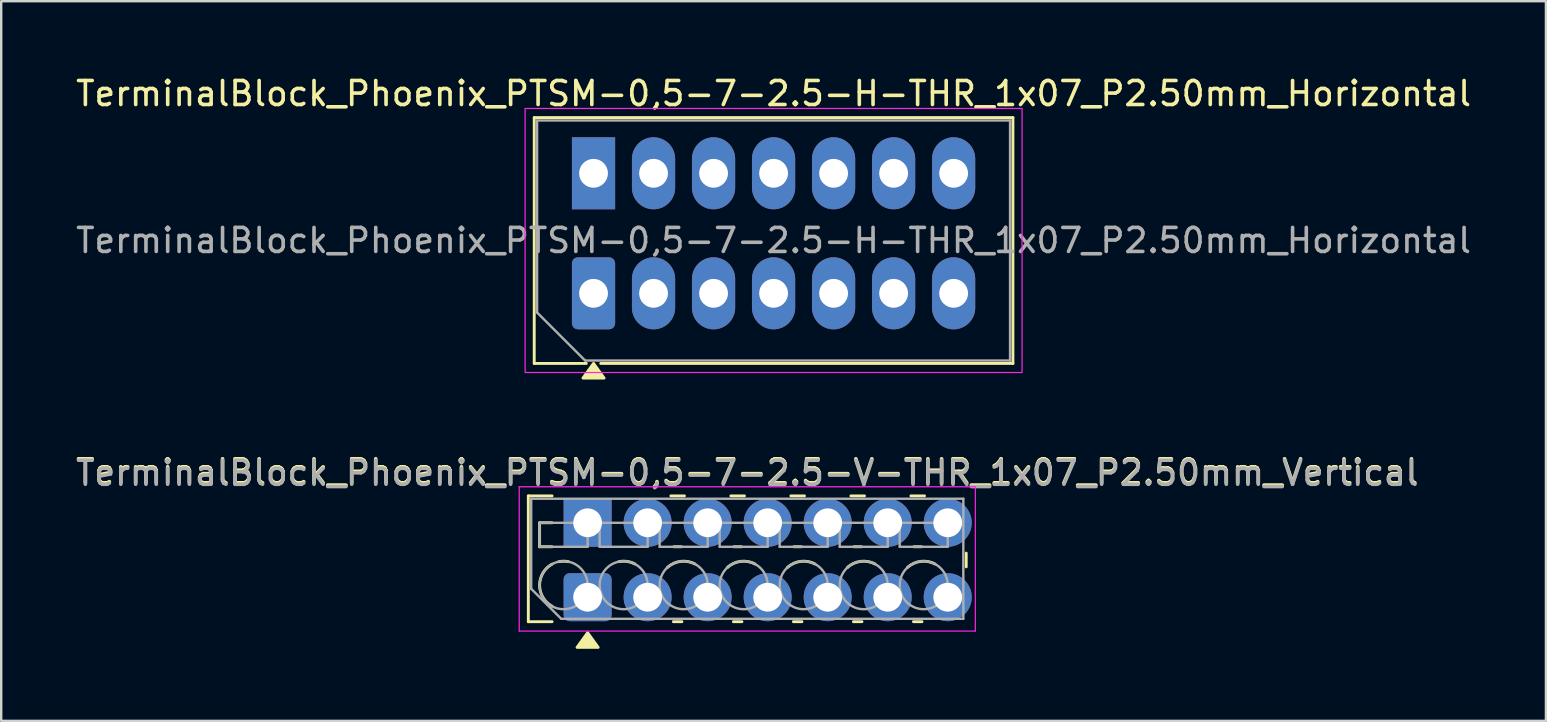
<source format=kicad_pcb>
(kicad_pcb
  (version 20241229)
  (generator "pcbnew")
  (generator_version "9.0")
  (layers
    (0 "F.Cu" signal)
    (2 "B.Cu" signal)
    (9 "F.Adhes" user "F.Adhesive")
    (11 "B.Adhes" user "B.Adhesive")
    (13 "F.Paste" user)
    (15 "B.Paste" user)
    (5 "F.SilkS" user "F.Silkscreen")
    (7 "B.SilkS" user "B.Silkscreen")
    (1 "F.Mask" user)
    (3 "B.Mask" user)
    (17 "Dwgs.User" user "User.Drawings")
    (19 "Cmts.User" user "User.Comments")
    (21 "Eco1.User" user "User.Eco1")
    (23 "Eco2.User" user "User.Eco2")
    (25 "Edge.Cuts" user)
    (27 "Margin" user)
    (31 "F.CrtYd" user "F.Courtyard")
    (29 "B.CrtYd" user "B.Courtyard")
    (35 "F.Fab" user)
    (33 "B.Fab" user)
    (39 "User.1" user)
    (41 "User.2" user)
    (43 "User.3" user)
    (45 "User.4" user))
  (footprint "TerminalBlock_Phoenix_PTSM-0,5-7-2.5-V-THR_1x07_P2.50mm_Vertical"
    (layer "F.Cu")
    (at 21.427 21.826)
    (property "Reference" "TerminalBlock_Phoenix_PTSM-0,5-7-2.5-V-THR_1x07_P2.50mm_Vertical" (at 6.65 -5.22 0) (layer "F.SilkS") (effects (font (size 1 1) (thickness 0.15))))
    (attr through_hole)
    (fp_line (start -2.47 -4.22) (end -2.47 1.02) (stroke (width 0.12) (type solid)) (layer "F.SilkS"))
    (fp_line (start -2.47 -4.22) (end -1.48 -4.22) (stroke (width 0.12) (type solid)) (layer "F.SilkS"))
    (fp_line (start -2.47 1.02) (end -1.48 1.02) (stroke (width 0.12) (type solid)) (layer "F.SilkS"))
    (fp_line (start -2 -3.1) (end -2 -2.1) (stroke (width 0.12) (type solid)) (layer "F.SilkS"))
    (fp_line (start -2 -3.1) (end -1.48 -3.1) (stroke (width 0.12) (type solid)) (layer "F.SilkS"))
    (fp_line (start -2 -2.1) (end -1.48 -2.1) (stroke (width 0.12) (type solid)) (layer "F.SilkS"))
    (fp_line (start 3.467 -4.22) (end 4.033 -4.22) (stroke (width 0.12) (type solid)) (layer "F.SilkS"))
    (fp_line (start 3.572 1.02) (end 3.928 1.02) (stroke (width 0.12) (type solid)) (layer "F.SilkS"))
    (fp_line (start 3.591 -2.1) (end 3.909 -2.1) (stroke (width 0.12) (type solid)) (layer "F.SilkS"))
    (fp_line (start 5.967 -4.22) (end 6.533 -4.22) (stroke (width 0.12) (type solid)) (layer "F.SilkS"))
    (fp_line (start 6.072 1.02) (end 6.428 1.02) (stroke (width 0.12) (type solid)) (layer "F.SilkS"))
    (fp_line (start 6.091 -2.1) (end 6.409 -2.1) (stroke (width 0.12) (type solid)) (layer "F.SilkS"))
    (fp_line (start 8.467 -4.22) (end 9.033 -4.22) (stroke (width 0.12) (type solid)) (layer "F.SilkS"))
    (fp_line (start 8.572 1.02) (end 8.928 1.02) (stroke (width 0.12) (type solid)) (layer "F.SilkS"))
    (fp_line (start 8.591 -2.1) (end 8.909 -2.1) (stroke (width 0.12) (type solid)) (layer "F.SilkS"))
    (fp_line (start 10.967 -4.22) (end 11.533 -4.22) (stroke (width 0.12) (type solid)) (layer "F.SilkS"))
    (fp_line (start 11.072 1.02) (end 11.428 1.02) (stroke (width 0.12) (type solid)) (layer "F.SilkS"))
    (fp_line (start 11.091 -2.1) (end 11.409 -2.1) (stroke (width 0.12) (type solid)) (layer "F.SilkS"))
    (fp_line (start 13.467 -4.22) (end 14.033 -4.22) (stroke (width 0.12) (type solid)) (layer "F.SilkS"))
    (fp_line (start 13.572 1.02) (end 13.928 1.02) (stroke (width 0.12) (type solid)) (layer "F.SilkS"))
    (fp_line (start 13.591 -2.1) (end 13.909 -2.1) (stroke (width 0.12) (type solid)) (layer "F.SilkS"))
    (fp_line (start 15.77 -1.836) (end 15.77 -1.264) (stroke (width 0.12) (type solid)) (layer "F.SilkS"))
    (fp_arc (start -1.48 0.377) (mid -1.999764 -0.500129) (end -1.479774 -1.377124) (stroke (width 0.12) (type solid)) (layer "F.SilkS"))
    (fp_arc (start -1.199 -1.48) (mid -1.000002 -1.5) (end -0.801005 -1.480001) (stroke (width 0.12) (type solid)) (layer "F.SilkS"))
    (fp_arc (start 1.301 -1.48) (mid 1.644475 -1.489509) (end 1.970893 -1.382191) (stroke (width 0.12) (type solid)) (layer "F.SilkS"))
    (fp_arc (start 3.319 -1.233) (mid 3.871173 -1.492196) (end 4.47123 -1.382605) (stroke (width 0.12) (type solid)) (layer "F.SilkS"))
    (fp_arc (start 5.819 -1.233) (mid 6.371173 -1.492196) (end 6.97123 -1.382605) (stroke (width 0.12) (type solid)) (layer "F.SilkS"))
    (fp_arc (start 8.319 -1.233) (mid 8.871173 -1.492196) (end 9.47123 -1.382605) (stroke (width 0.12) (type solid)) (layer "F.SilkS"))
    (fp_arc (start 10.819 -1.233) (mid 11.371173 -1.492196) (end 11.97123 -1.382605) (stroke (width 0.12) (type solid)) (layer "F.SilkS"))
    (fp_arc (start 13.319 -1.233) (mid 13.871173 -1.492196) (end 14.47123 -1.382605) (stroke (width 0.12) (type solid)) (layer "F.SilkS"))
    (fp_poly (pts (xy 0 1.48) (xy 0.44 2.09) (xy -0.44 2.09)) (stroke (width 0.12) (type solid)) (fill yes) (layer "F.SilkS"))
    (fp_line (start -2.85 -4.6) (end -2.85 1.41) (stroke (width 0.05) (type solid)) (layer "F.CrtYd"))
    (fp_line (start -2.85 1.41) (end 16.15 1.41) (stroke (width 0.05) (type solid)) (layer "F.CrtYd"))
    (fp_line (start 16.15 -4.6) (end -2.85 -4.6) (stroke (width 0.05) (type solid)) (layer "F.CrtYd"))
    (fp_line (start 16.15 1.41) (end 16.15 -4.6) (stroke (width 0.05) (type solid)) (layer "F.CrtYd"))
    (fp_line (start -2.35 -4.1) (end 15.65 -4.1) (stroke (width 0.1) (type solid)) (layer "F.Fab"))
    (fp_line (start -2.35 -0.35) (end -2.35 -4.1) (stroke (width 0.1) (type solid)) (layer "F.Fab"))
    (fp_line (start -2 -3.1) (end -2 -2.1) (stroke (width 0.1) (type solid)) (layer "F.Fab"))
    (fp_line (start -2 -2.1) (end 0 -2.1) (stroke (width 0.1) (type solid)) (layer "F.Fab"))
    (fp_line (start -1.1 0.9) (end -2.35 -0.35) (stroke (width 0.1) (type solid)) (layer "F.Fab"))
    (fp_line (start 0 -3.1) (end -2 -3.1) (stroke (width 0.1) (type solid)) (layer "F.Fab"))
    (fp_line (start 0 -2.1) (end 0 -3.1) (stroke (width 0.1) (type solid)) (layer "F.Fab"))
    (fp_line (start 0.5 -3.1) (end 0.5 -2.1) (stroke (width 0.1) (type solid)) (layer "F.Fab"))
    (fp_line (start 0.5 -2.1) (end 2.5 -2.1) (stroke (width 0.1) (type solid)) (layer "F.Fab"))
    (fp_line (start 2.5 -3.1) (end 0.5 -3.1) (stroke (width 0.1) (type solid)) (layer "F.Fab"))
    (fp_line (start 2.5 -2.1) (end 2.5 -3.1) (stroke (width 0.1) (type solid)) (layer "F.Fab"))
    (fp_line (start 3 -3.1) (end 3 -2.1) (stroke (width 0.1) (type solid)) (layer "F.Fab"))
    (fp_line (start 3 -2.1) (end 5 -2.1) (stroke (width 0.1) (type solid)) (layer "F.Fab"))
    (fp_line (start 5 -3.1) (end 3 -3.1) (stroke (width 0.1) (type solid)) (layer "F.Fab"))
    (fp_line (start 5 -2.1) (end 5 -3.1) (stroke (width 0.1) (type solid)) (layer "F.Fab"))
    (fp_line (start 5.5 -3.1) (end 5.5 -2.1) (stroke (width 0.1) (type solid)) (layer "F.Fab"))
    (fp_line (start 5.5 -2.1) (end 7.5 -2.1) (stroke (width 0.1) (type solid)) (layer "F.Fab"))
    (fp_line (start 7.5 -3.1) (end 5.5 -3.1) (stroke (width 0.1) (type solid)) (layer "F.Fab"))
    (fp_line (start 7.5 -2.1) (end 7.5 -3.1) (stroke (width 0.1) (type solid)) (layer "F.Fab"))
    (fp_line (start 8 -3.1) (end 8 -2.1) (stroke (width 0.1) (type solid)) (layer "F.Fab"))
    (fp_line (start 8 -2.1) (end 10 -2.1) (stroke (width 0.1) (type solid)) (layer "F.Fab"))
    (fp_line (start 10 -3.1) (end 8 -3.1) (stroke (width 0.1) (type solid)) (layer "F.Fab"))
    (fp_line (start 10 -2.1) (end 10 -3.1) (stroke (width 0.1) (type solid)) (layer "F.Fab"))
    (fp_line (start 10.5 -3.1) (end 10.5 -2.1) (stroke (width 0.1) (type solid)) (layer "F.Fab"))
    (fp_line (start 10.5 -2.1) (end 12.5 -2.1) (stroke (width 0.1) (type solid)) (layer "F.Fab"))
    (fp_line (start 12.5 -3.1) (end 10.5 -3.1) (stroke (width 0.1) (type solid)) (layer "F.Fab"))
    (fp_line (start 12.5 -2.1) (end 12.5 -3.1) (stroke (width 0.1) (type solid)) (layer "F.Fab"))
    (fp_line (start 13 -3.1) (end 13 -2.1) (stroke (width 0.1) (type solid)) (layer "F.Fab"))
    (fp_line (start 13 -2.1) (end 15 -2.1) (stroke (width 0.1) (type solid)) (layer "F.Fab"))
    (fp_line (start 15 -3.1) (end 13 -3.1) (stroke (width 0.1) (type solid)) (layer "F.Fab"))
    (fp_line (start 15 -2.1) (end 15 -3.1) (stroke (width 0.1) (type solid)) (layer "F.Fab"))
    (fp_line (start 15.65 -4.1) (end 15.65 0.9) (stroke (width 0.1) (type solid)) (layer "F.Fab"))
    (fp_line (start 15.65 0.9) (end -1.1 0.9) (stroke (width 0.1) (type solid)) (layer "F.Fab"))
    (fp_circle (center -1 -0.5) (end 0 -0.5) (stroke (width 0.1) (type solid)) (fill no) (layer "F.Fab"))
    (fp_circle (center 1.5 -0.5) (end 2.5 -0.5) (stroke (width 0.1) (type solid)) (fill no) (layer "F.Fab"))
    (fp_circle (center 4 -0.5) (end 5 -0.5) (stroke (width 0.1) (type solid)) (fill no) (layer "F.Fab"))
    (fp_circle (center 6.5 -0.5) (end 7.5 -0.5) (stroke (width 0.1) (type solid)) (fill no) (layer "F.Fab"))
    (fp_circle (center 9 -0.5) (end 10 -0.5) (stroke (width 0.1) (type solid)) (fill no) (layer "F.Fab"))
    (fp_circle (center 11.5 -0.5) (end 12.5 -0.5) (stroke (width 0.1) (type solid)) (fill no) (layer "F.Fab"))
    (fp_circle (center 14 -0.5) (end 15 -0.5) (stroke (width 0.1) (type solid)) (fill no) (layer "F.Fab"))
    (fp_text user "${REFERENCE}" (at 6.65 -5.16 0) (layer "F.Fab") (effects (font (size 1 1) (thickness 0.15))))
    (pad "1" thru_hole rect (at 0 -3.1) (size 2 2) (drill 1.2) (layers "*.Cu" "*.Mask"))
    (pad "1" thru_hole roundrect (at 0 0) (size 2 2) (drill 1.2) (layers "*.Cu" "*.Mask") (roundrect_rratio 0.125))
    (pad "2" thru_hole circle (at 2.5 -3.1) (size 2 2) (drill 1.2) (layers "*.Cu" "*.Mask"))
    (pad "2" thru_hole circle (at 2.5 0) (size 2 2) (drill 1.2) (layers "*.Cu" "*.Mask"))
    (pad "3" thru_hole circle (at 5 -3.1) (size 2 2) (drill 1.2) (layers "*.Cu" "*.Mask"))
    (pad "3" thru_hole circle (at 5 0) (size 2 2) (drill 1.2) (layers "*.Cu" "*.Mask"))
    (pad "4" thru_hole circle (at 7.5 -3.1) (size 2 2) (drill 1.2) (layers "*.Cu" "*.Mask"))
    (pad "4" thru_hole circle (at 7.5 0) (size 2 2) (drill 1.2) (layers "*.Cu" "*.Mask"))
    (pad "5" thru_hole circle (at 10 -3.1) (size 2 2) (drill 1.2) (layers "*.Cu" "*.Mask"))
    (pad "5" thru_hole circle (at 10 0) (size 2 2) (drill 1.2) (layers "*.Cu" "*.Mask"))
    (pad "6" thru_hole circle (at 12.5 -3.1) (size 2 2) (drill 1.2) (layers "*.Cu" "*.Mask"))
    (pad "6" thru_hole circle (at 12.5 0) (size 2 2) (drill 1.2) (layers "*.Cu" "*.Mask"))
    (pad "7" thru_hole circle (at 15 -3.1) (size 2 2) (drill 1.2) (layers "*.Cu" "*.Mask"))
    (pad "7" thru_hole circle (at 15 0) (size 2 2) (drill 1.2) (layers "*.Cu" "*.Mask")))
  (footprint "TerminalBlock_Phoenix_PTSM-0,5-7-2.5-H-THR_1x07_P2.50mm_Horizontal"
    (layer "F.Cu")
    (at 21.673 9.168)
    (property "Reference" "TerminalBlock_Phoenix_PTSM-0,5-7-2.5-H-THR_1x07_P2.50mm_Horizontal" (at 7.5 -8.32 0) (layer "F.SilkS") (effects (font (size 1 1) (thickness 0.15))))
    (attr through_hole)
    (fp_line (start -2.47 -7.32) (end 17.47 -7.32) (stroke (width 0.12) (type solid)) (layer "F.SilkS"))
    (fp_line (start -2.47 2.92) (end -2.47 -7.32) (stroke (width 0.12) (type solid)) (layer "F.SilkS"))
    (fp_line (start -0.3 2.92) (end -2.47 2.92) (stroke (width 0.12) (type solid)) (layer "F.SilkS"))
    (fp_line (start 17.47 -7.32) (end 17.47 2.92) (stroke (width 0.12) (type solid)) (layer "F.SilkS"))
    (fp_line (start 17.47 2.92) (end 0.3 2.92) (stroke (width 0.12) (type solid)) (layer "F.SilkS"))
    (fp_poly (pts (xy 0 2.92) (xy 0.44 3.53) (xy -0.44 3.53)) (stroke (width 0.12) (type solid)) (fill yes) (layer "F.SilkS"))
    (fp_rect (start -2.85 -7.7) (end 17.85 3.3) (stroke (width 0.05) (type solid)) (fill no) (layer "F.CrtYd"))
    (fp_line (start -2.35 -7.2) (end 17.35 -7.2) (stroke (width 0.1) (type solid)) (layer "F.Fab"))
    (fp_line (start -2.35 0.8) (end -2.35 -7.2) (stroke (width 0.1) (type solid)) (layer "F.Fab"))
    (fp_line (start -0.35 2.8) (end -2.35 0.8) (stroke (width 0.1) (type solid)) (layer "F.Fab"))
    (fp_line (start 17.35 -7.2) (end 17.35 2.8) (stroke (width 0.1) (type solid)) (layer "F.Fab"))
    (fp_line (start 17.35 2.8) (end -0.35 2.8) (stroke (width 0.1) (type solid)) (layer "F.Fab"))
    (fp_text user "${REFERENCE}" (at 7.5 -2.2 0) (layer "F.Fab") (effects (font (size 1 1) (thickness 0.15))))
    (pad "1" thru_hole rect (at 0 -5) (size 1.8 3) (drill 1.2) (layers "*.Cu" "*.Mask"))
    (pad "1" thru_hole roundrect (at 0 0) (size 1.8 3) (drill 1.2) (layers "*.Cu" "*.Mask") (roundrect_rratio 0.139))
    (pad "2" thru_hole oval (at 2.5 -5) (size 1.8 3) (drill 1.2) (layers "*.Cu" "*.Mask"))
    (pad "2" thru_hole oval (at 2.5 0) (size 1.8 3) (drill 1.2) (layers "*.Cu" "*.Mask"))
    (pad "3" thru_hole oval (at 5 -5) (size 1.8 3) (drill 1.2) (layers "*.Cu" "*.Mask"))
    (pad "3" thru_hole oval (at 5 0) (size 1.8 3) (drill 1.2) (layers "*.Cu" "*.Mask"))
    (pad "4" thru_hole oval (at 7.5 -5) (size 1.8 3) (drill 1.2) (layers "*.Cu" "*.Mask"))
    (pad "4" thru_hole oval (at 7.5 0) (size 1.8 3) (drill 1.2) (layers "*.Cu" "*.Mask"))
    (pad "5" thru_hole oval (at 10 -5) (size 1.8 3) (drill 1.2) (layers "*.Cu" "*.Mask"))
    (pad "5" thru_hole oval (at 10 0) (size 1.8 3) (drill 1.2) (layers "*.Cu" "*.Mask"))
    (pad "6" thru_hole oval (at 12.5 -5) (size 1.8 3) (drill 1.2) (layers "*.Cu" "*.Mask"))
    (pad "6" thru_hole oval (at 12.5 0) (size 1.8 3) (drill 1.2) (layers "*.Cu" "*.Mask"))
    (pad "7" thru_hole oval (at 15 -5) (size 1.8 3) (drill 1.2) (layers "*.Cu" "*.Mask"))
    (pad "7" thru_hole oval (at 15 0) (size 1.8 3) (drill 1.2) (layers "*.Cu" "*.Mask")))
  (gr_rect
    (start -3 -3)
    (end 61.345 26.977)
    (stroke (width 0.1) (type default))
    (fill no)
    (layer "Edge.Cuts")))
</source>
